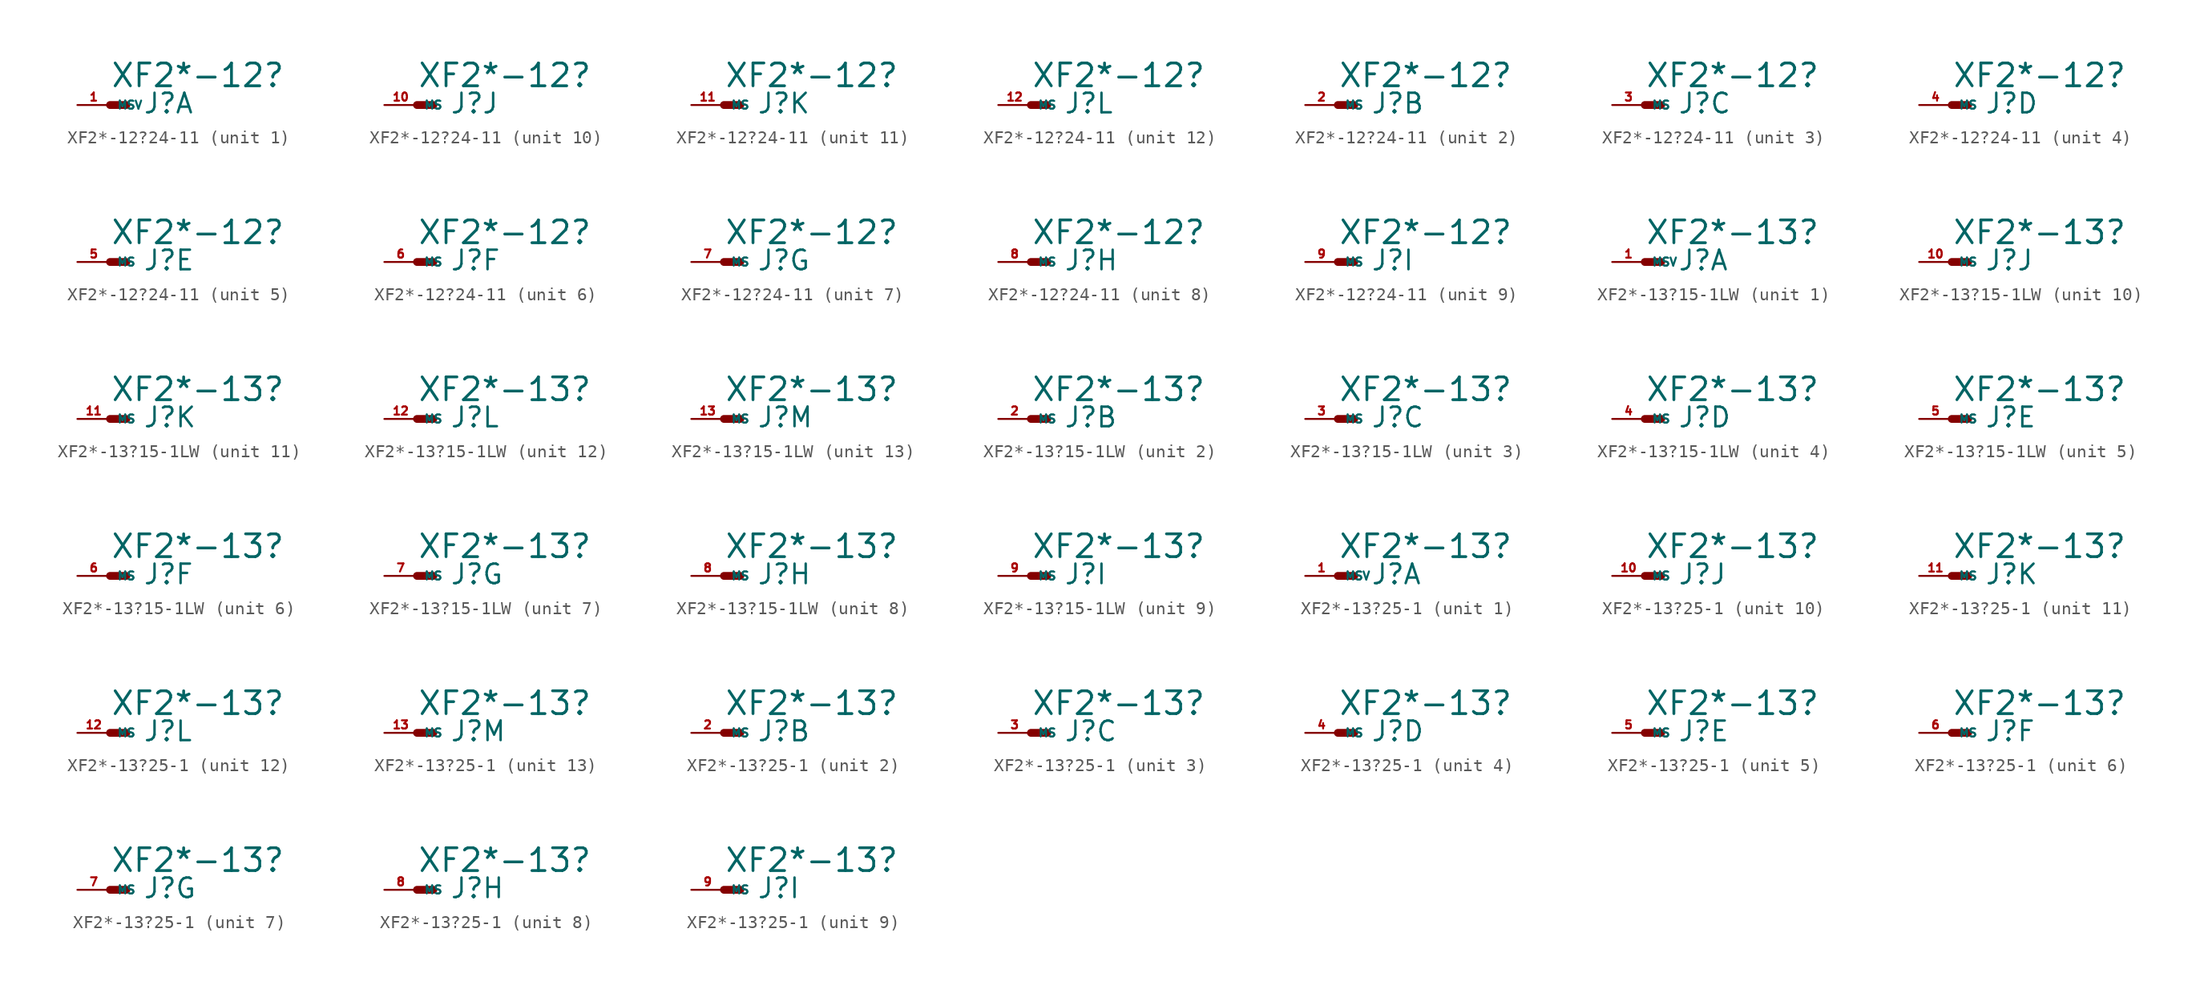
<source format=kicad_sym>
(kicad_symbol_lib
  (version 20220914)
  (generator Eagle2Kicad)
  (symbol "XF2*-12?24-11"
    (property "Reference" "J"
      (at 2.54 -0.762 0)
      (effects (font (size 1.524 1.524) (thickness 0.19)) (justify left bottom)))
    (property "Value" "XF2*-12?"
      (at 0 1.27 0)
      (effects (font (size 1.778 1.778) (thickness 0.22)) (justify left bottom)))
    (symbol "XF2*-12?24-11_1_0"
      (polyline (pts (xy 0 0) (xy 1.27 0)) (stroke (width 0.61) (type default)) (fill (type none)))
      (pin passive line (at -2.54 0 0) (length 2.54) (name "MSV" (effects (font (size 0.635 0.635) (thickness 0.08)) (justify left bottom))) (number "1" (effects (font (size 0.635 0.635) (thickness 0.08)) (justify left bottom)))))
    (symbol "XF2*-12?24-11_2_0"
      (polyline (pts (xy 0 0) (xy 1.27 0)) (stroke (width 0.61) (type default)) (fill (type none)))
      (pin passive line (at -2.54 0 0) (length 2.54) (name "MS" (effects (font (size 0.635 0.635) (thickness 0.08)) (justify left bottom))) (number "2" (effects (font (size 0.635 0.635) (thickness 0.08)) (justify left bottom)))))
    (symbol "XF2*-12?24-11_3_0"
      (polyline (pts (xy 0 0) (xy 1.27 0)) (stroke (width 0.61) (type default)) (fill (type none)))
      (pin passive line (at -2.54 0 0) (length 2.54) (name "MS" (effects (font (size 0.635 0.635) (thickness 0.08)) (justify left bottom))) (number "3" (effects (font (size 0.635 0.635) (thickness 0.08)) (justify left bottom)))))
    (symbol "XF2*-12?24-11_4_0"
      (polyline (pts (xy 0 0) (xy 1.27 0)) (stroke (width 0.61) (type default)) (fill (type none)))
      (pin passive line (at -2.54 0 0) (length 2.54) (name "MS" (effects (font (size 0.635 0.635) (thickness 0.08)) (justify left bottom))) (number "4" (effects (font (size 0.635 0.635) (thickness 0.08)) (justify left bottom)))))
    (symbol "XF2*-12?24-11_5_0"
      (polyline (pts (xy 0 0) (xy 1.27 0)) (stroke (width 0.61) (type default)) (fill (type none)))
      (pin passive line (at -2.54 0 0) (length 2.54) (name "MS" (effects (font (size 0.635 0.635) (thickness 0.08)) (justify left bottom))) (number "5" (effects (font (size 0.635 0.635) (thickness 0.08)) (justify left bottom)))))
    (symbol "XF2*-12?24-11_6_0"
      (polyline (pts (xy 0 0) (xy 1.27 0)) (stroke (width 0.61) (type default)) (fill (type none)))
      (pin passive line (at -2.54 0 0) (length 2.54) (name "MS" (effects (font (size 0.635 0.635) (thickness 0.08)) (justify left bottom))) (number "6" (effects (font (size 0.635 0.635) (thickness 0.08)) (justify left bottom)))))
    (symbol "XF2*-12?24-11_7_0"
      (polyline (pts (xy 0 0) (xy 1.27 0)) (stroke (width 0.61) (type default)) (fill (type none)))
      (pin passive line (at -2.54 0 0) (length 2.54) (name "MS" (effects (font (size 0.635 0.635) (thickness 0.08)) (justify left bottom))) (number "7" (effects (font (size 0.635 0.635) (thickness 0.08)) (justify left bottom)))))
    (symbol "XF2*-12?24-11_8_0"
      (polyline (pts (xy 0 0) (xy 1.27 0)) (stroke (width 0.61) (type default)) (fill (type none)))
      (pin passive line (at -2.54 0 0) (length 2.54) (name "MS" (effects (font (size 0.635 0.635) (thickness 0.08)) (justify left bottom))) (number "8" (effects (font (size 0.635 0.635) (thickness 0.08)) (justify left bottom)))))
    (symbol "XF2*-12?24-11_9_0"
      (polyline (pts (xy 0 0) (xy 1.27 0)) (stroke (width 0.61) (type default)) (fill (type none)))
      (pin passive line (at -2.54 0 0) (length 2.54) (name "MS" (effects (font (size 0.635 0.635) (thickness 0.08)) (justify left bottom))) (number "9" (effects (font (size 0.635 0.635) (thickness 0.08)) (justify left bottom)))))
    (symbol "XF2*-12?24-11_10_0"
      (polyline (pts (xy 0 0) (xy 1.27 0)) (stroke (width 0.61) (type default)) (fill (type none)))
      (pin passive line (at -2.54 0 0) (length 2.54) (name "MS" (effects (font (size 0.635 0.635) (thickness 0.08)) (justify left bottom))) (number "10" (effects (font (size 0.635 0.635) (thickness 0.08)) (justify left bottom)))))
    (symbol "XF2*-12?24-11_11_0"
      (polyline (pts (xy 0 0) (xy 1.27 0)) (stroke (width 0.61) (type default)) (fill (type none)))
      (pin passive line (at -2.54 0 0) (length 2.54) (name "MS" (effects (font (size 0.635 0.635) (thickness 0.08)) (justify left bottom))) (number "11" (effects (font (size 0.635 0.635) (thickness 0.08)) (justify left bottom)))))
    (symbol "XF2*-12?24-11_12_0"
      (polyline (pts (xy 0 0) (xy 1.27 0)) (stroke (width 0.61) (type default)) (fill (type none)))
      (pin passive line (at -2.54 0 0) (length 2.54) (name "MS" (effects (font (size 0.635 0.635) (thickness 0.08)) (justify left bottom))) (number "12" (effects (font (size 0.635 0.635) (thickness 0.08)) (justify left bottom))))))
  (symbol "XF2*-13?15-1LW"
    (property "Reference" "J"
      (at 2.54 -0.762 0)
      (effects (font (size 1.524 1.524) (thickness 0.19)) (justify left bottom)))
    (property "Value" "XF2*-13?"
      (at 0 1.27 0)
      (effects (font (size 1.778 1.778) (thickness 0.22)) (justify left bottom)))
    (symbol "XF2*-13?15-1LW_1_0"
      (polyline (pts (xy 0 0) (xy 1.27 0)) (stroke (width 0.61) (type default)) (fill (type none)))
      (pin passive line (at -2.54 0 0) (length 2.54) (name "MSV" (effects (font (size 0.635 0.635) (thickness 0.08)) (justify left bottom))) (number "1" (effects (font (size 0.635 0.635) (thickness 0.08)) (justify left bottom)))))
    (symbol "XF2*-13?15-1LW_2_0"
      (polyline (pts (xy 0 0) (xy 1.27 0)) (stroke (width 0.61) (type default)) (fill (type none)))
      (pin passive line (at -2.54 0 0) (length 2.54) (name "MS" (effects (font (size 0.635 0.635) (thickness 0.08)) (justify left bottom))) (number "2" (effects (font (size 0.635 0.635) (thickness 0.08)) (justify left bottom)))))
    (symbol "XF2*-13?15-1LW_3_0"
      (polyline (pts (xy 0 0) (xy 1.27 0)) (stroke (width 0.61) (type default)) (fill (type none)))
      (pin passive line (at -2.54 0 0) (length 2.54) (name "MS" (effects (font (size 0.635 0.635) (thickness 0.08)) (justify left bottom))) (number "3" (effects (font (size 0.635 0.635) (thickness 0.08)) (justify left bottom)))))
    (symbol "XF2*-13?15-1LW_4_0"
      (polyline (pts (xy 0 0) (xy 1.27 0)) (stroke (width 0.61) (type default)) (fill (type none)))
      (pin passive line (at -2.54 0 0) (length 2.54) (name "MS" (effects (font (size 0.635 0.635) (thickness 0.08)) (justify left bottom))) (number "4" (effects (font (size 0.635 0.635) (thickness 0.08)) (justify left bottom)))))
    (symbol "XF2*-13?15-1LW_5_0"
      (polyline (pts (xy 0 0) (xy 1.27 0)) (stroke (width 0.61) (type default)) (fill (type none)))
      (pin passive line (at -2.54 0 0) (length 2.54) (name "MS" (effects (font (size 0.635 0.635) (thickness 0.08)) (justify left bottom))) (number "5" (effects (font (size 0.635 0.635) (thickness 0.08)) (justify left bottom)))))
    (symbol "XF2*-13?15-1LW_6_0"
      (polyline (pts (xy 0 0) (xy 1.27 0)) (stroke (width 0.61) (type default)) (fill (type none)))
      (pin passive line (at -2.54 0 0) (length 2.54) (name "MS" (effects (font (size 0.635 0.635) (thickness 0.08)) (justify left bottom))) (number "6" (effects (font (size 0.635 0.635) (thickness 0.08)) (justify left bottom)))))
    (symbol "XF2*-13?15-1LW_7_0"
      (polyline (pts (xy 0 0) (xy 1.27 0)) (stroke (width 0.61) (type default)) (fill (type none)))
      (pin passive line (at -2.54 0 0) (length 2.54) (name "MS" (effects (font (size 0.635 0.635) (thickness 0.08)) (justify left bottom))) (number "7" (effects (font (size 0.635 0.635) (thickness 0.08)) (justify left bottom)))))
    (symbol "XF2*-13?15-1LW_8_0"
      (polyline (pts (xy 0 0) (xy 1.27 0)) (stroke (width 0.61) (type default)) (fill (type none)))
      (pin passive line (at -2.54 0 0) (length 2.54) (name "MS" (effects (font (size 0.635 0.635) (thickness 0.08)) (justify left bottom))) (number "8" (effects (font (size 0.635 0.635) (thickness 0.08)) (justify left bottom)))))
    (symbol "XF2*-13?15-1LW_9_0"
      (polyline (pts (xy 0 0) (xy 1.27 0)) (stroke (width 0.61) (type default)) (fill (type none)))
      (pin passive line (at -2.54 0 0) (length 2.54) (name "MS" (effects (font (size 0.635 0.635) (thickness 0.08)) (justify left bottom))) (number "9" (effects (font (size 0.635 0.635) (thickness 0.08)) (justify left bottom)))))
    (symbol "XF2*-13?15-1LW_10_0"
      (polyline (pts (xy 0 0) (xy 1.27 0)) (stroke (width 0.61) (type default)) (fill (type none)))
      (pin passive line (at -2.54 0 0) (length 2.54) (name "MS" (effects (font (size 0.635 0.635) (thickness 0.08)) (justify left bottom))) (number "10" (effects (font (size 0.635 0.635) (thickness 0.08)) (justify left bottom)))))
    (symbol "XF2*-13?15-1LW_11_0"
      (polyline (pts (xy 0 0) (xy 1.27 0)) (stroke (width 0.61) (type default)) (fill (type none)))
      (pin passive line (at -2.54 0 0) (length 2.54) (name "MS" (effects (font (size 0.635 0.635) (thickness 0.08)) (justify left bottom))) (number "11" (effects (font (size 0.635 0.635) (thickness 0.08)) (justify left bottom)))))
    (symbol "XF2*-13?15-1LW_12_0"
      (polyline (pts (xy 0 0) (xy 1.27 0)) (stroke (width 0.61) (type default)) (fill (type none)))
      (pin passive line (at -2.54 0 0) (length 2.54) (name "MS" (effects (font (size 0.635 0.635) (thickness 0.08)) (justify left bottom))) (number "12" (effects (font (size 0.635 0.635) (thickness 0.08)) (justify left bottom)))))
    (symbol "XF2*-13?15-1LW_13_0"
      (polyline (pts (xy 0 0) (xy 1.27 0)) (stroke (width 0.61) (type default)) (fill (type none)))
      (pin passive line (at -2.54 0 0) (length 2.54) (name "MS" (effects (font (size 0.635 0.635) (thickness 0.08)) (justify left bottom))) (number "13" (effects (font (size 0.635 0.635) (thickness 0.08)) (justify left bottom))))))
  (symbol "XF2*-13?25-1"
    (property "Reference" "J"
      (at 2.54 -0.762 0)
      (effects (font (size 1.524 1.524) (thickness 0.19)) (justify left bottom)))
    (property "Value" "XF2*-13?"
      (at 0 1.27 0)
      (effects (font (size 1.778 1.778) (thickness 0.22)) (justify left bottom)))
    (symbol "XF2*-13?25-1_1_0"
      (polyline (pts (xy 0 0) (xy 1.27 0)) (stroke (width 0.61) (type default)) (fill (type none)))
      (pin passive line (at -2.54 0 0) (length 2.54) (name "MSV" (effects (font (size 0.635 0.635) (thickness 0.08)) (justify left bottom))) (number "1" (effects (font (size 0.635 0.635) (thickness 0.08)) (justify left bottom)))))
    (symbol "XF2*-13?25-1_2_0"
      (polyline (pts (xy 0 0) (xy 1.27 0)) (stroke (width 0.61) (type default)) (fill (type none)))
      (pin passive line (at -2.54 0 0) (length 2.54) (name "MS" (effects (font (size 0.635 0.635) (thickness 0.08)) (justify left bottom))) (number "2" (effects (font (size 0.635 0.635) (thickness 0.08)) (justify left bottom)))))
    (symbol "XF2*-13?25-1_3_0"
      (polyline (pts (xy 0 0) (xy 1.27 0)) (stroke (width 0.61) (type default)) (fill (type none)))
      (pin passive line (at -2.54 0 0) (length 2.54) (name "MS" (effects (font (size 0.635 0.635) (thickness 0.08)) (justify left bottom))) (number "3" (effects (font (size 0.635 0.635) (thickness 0.08)) (justify left bottom)))))
    (symbol "XF2*-13?25-1_4_0"
      (polyline (pts (xy 0 0) (xy 1.27 0)) (stroke (width 0.61) (type default)) (fill (type none)))
      (pin passive line (at -2.54 0 0) (length 2.54) (name "MS" (effects (font (size 0.635 0.635) (thickness 0.08)) (justify left bottom))) (number "4" (effects (font (size 0.635 0.635) (thickness 0.08)) (justify left bottom)))))
    (symbol "XF2*-13?25-1_5_0"
      (polyline (pts (xy 0 0) (xy 1.27 0)) (stroke (width 0.61) (type default)) (fill (type none)))
      (pin passive line (at -2.54 0 0) (length 2.54) (name "MS" (effects (font (size 0.635 0.635) (thickness 0.08)) (justify left bottom))) (number "5" (effects (font (size 0.635 0.635) (thickness 0.08)) (justify left bottom)))))
    (symbol "XF2*-13?25-1_6_0"
      (polyline (pts (xy 0 0) (xy 1.27 0)) (stroke (width 0.61) (type default)) (fill (type none)))
      (pin passive line (at -2.54 0 0) (length 2.54) (name "MS" (effects (font (size 0.635 0.635) (thickness 0.08)) (justify left bottom))) (number "6" (effects (font (size 0.635 0.635) (thickness 0.08)) (justify left bottom)))))
    (symbol "XF2*-13?25-1_7_0"
      (polyline (pts (xy 0 0) (xy 1.27 0)) (stroke (width 0.61) (type default)) (fill (type none)))
      (pin passive line (at -2.54 0 0) (length 2.54) (name "MS" (effects (font (size 0.635 0.635) (thickness 0.08)) (justify left bottom))) (number "7" (effects (font (size 0.635 0.635) (thickness 0.08)) (justify left bottom)))))
    (symbol "XF2*-13?25-1_8_0"
      (polyline (pts (xy 0 0) (xy 1.27 0)) (stroke (width 0.61) (type default)) (fill (type none)))
      (pin passive line (at -2.54 0 0) (length 2.54) (name "MS" (effects (font (size 0.635 0.635) (thickness 0.08)) (justify left bottom))) (number "8" (effects (font (size 0.635 0.635) (thickness 0.08)) (justify left bottom)))))
    (symbol "XF2*-13?25-1_9_0"
      (polyline (pts (xy 0 0) (xy 1.27 0)) (stroke (width 0.61) (type default)) (fill (type none)))
      (pin passive line (at -2.54 0 0) (length 2.54) (name "MS" (effects (font (size 0.635 0.635) (thickness 0.08)) (justify left bottom))) (number "9" (effects (font (size 0.635 0.635) (thickness 0.08)) (justify left bottom)))))
    (symbol "XF2*-13?25-1_10_0"
      (polyline (pts (xy 0 0) (xy 1.27 0)) (stroke (width 0.61) (type default)) (fill (type none)))
      (pin passive line (at -2.54 0 0) (length 2.54) (name "MS" (effects (font (size 0.635 0.635) (thickness 0.08)) (justify left bottom))) (number "10" (effects (font (size 0.635 0.635) (thickness 0.08)) (justify left bottom)))))
    (symbol "XF2*-13?25-1_11_0"
      (polyline (pts (xy 0 0) (xy 1.27 0)) (stroke (width 0.61) (type default)) (fill (type none)))
      (pin passive line (at -2.54 0 0) (length 2.54) (name "MS" (effects (font (size 0.635 0.635) (thickness 0.08)) (justify left bottom))) (number "11" (effects (font (size 0.635 0.635) (thickness 0.08)) (justify left bottom)))))
    (symbol "XF2*-13?25-1_12_0"
      (polyline (pts (xy 0 0) (xy 1.27 0)) (stroke (width 0.61) (type default)) (fill (type none)))
      (pin passive line (at -2.54 0 0) (length 2.54) (name "MS" (effects (font (size 0.635 0.635) (thickness 0.08)) (justify left bottom))) (number "12" (effects (font (size 0.635 0.635) (thickness 0.08)) (justify left bottom)))))
    (symbol "XF2*-13?25-1_13_0"
      (polyline (pts (xy 0 0) (xy 1.27 0)) (stroke (width 0.61) (type default)) (fill (type none)))
      (pin passive line (at -2.54 0 0) (length 2.54) (name "MS" (effects (font (size 0.635 0.635) (thickness 0.08)) (justify left bottom))) (number "13" (effects (font (size 0.635 0.635) (thickness 0.08)) (justify left bottom)))))))
</source>
